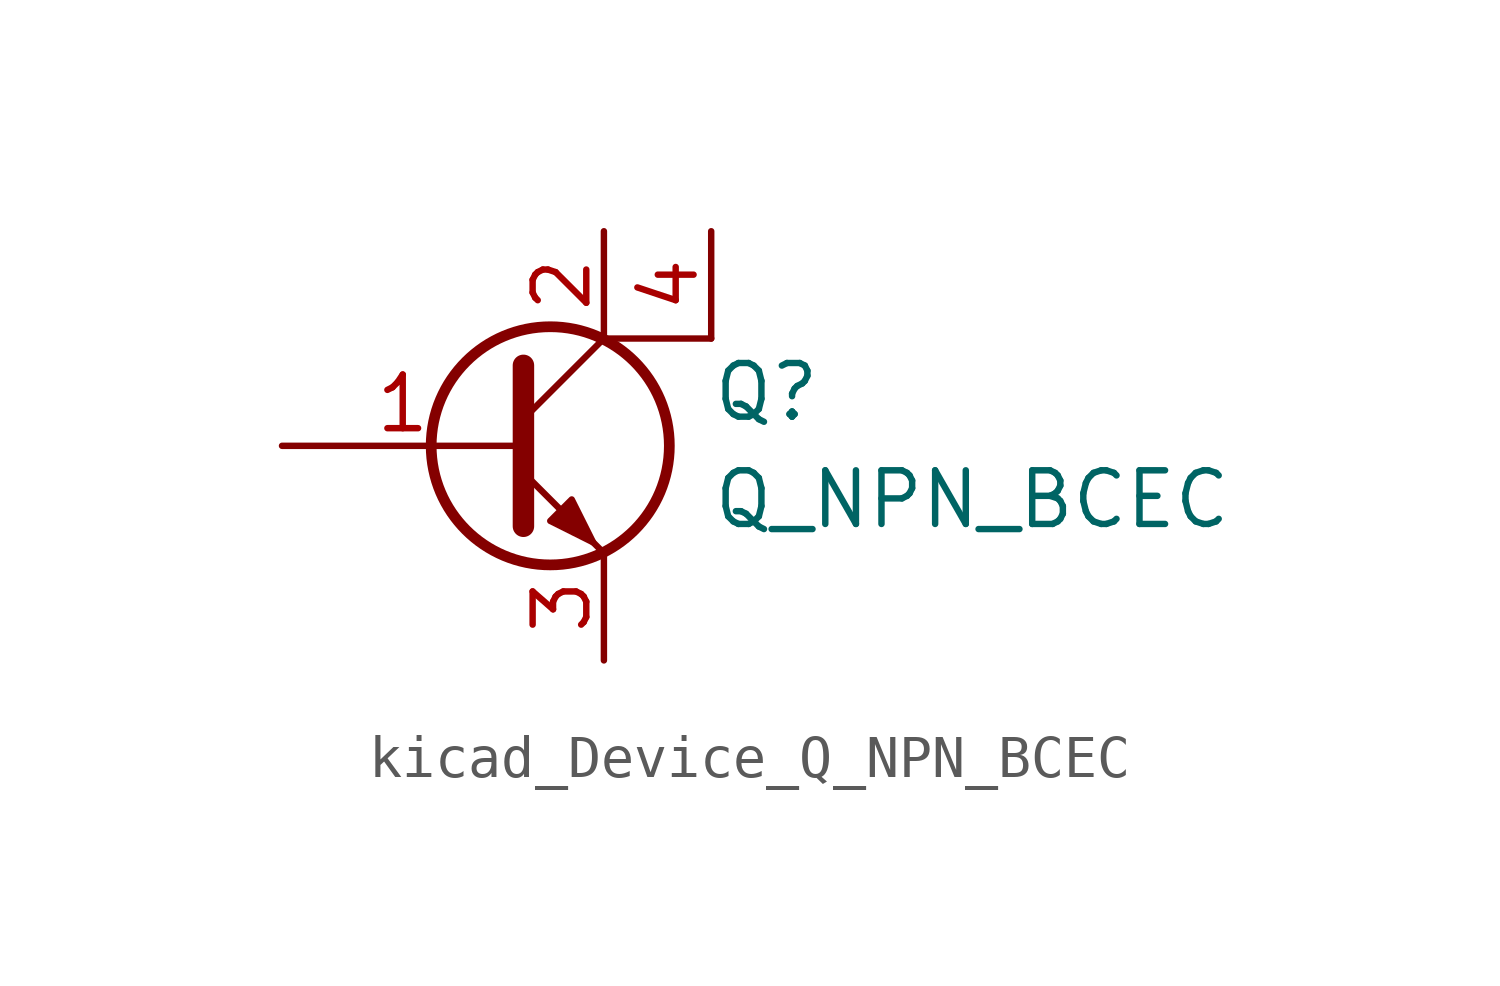
<source format=kicad_sym>
(kicad_symbol_lib
  (version 20220914)
  (generator kicad_symbol_editor)
  (symbol "kicad_Device_Q_NPN_BCEC"
    (pin_names
      (offset 0) hide)
    (property "Reference" "Q"
      (at 5.08 1.27 0)
      (effects (font (size 1.27 1.27)) (justify left)))
    (property "Value" "Q_NPN_BCEC"
      (at 5.08 -1.27 0)
      (effects (font (size 1.27 1.27)) (justify left)))
    (symbol "kicad_Device_Q_NPN_BCEC_0_1"
      (polyline (pts (xy 0.635 0.635) (xy 2.54 2.54)) (stroke (width 0) (type default)) (fill (type none)))
      (polyline (pts (xy 2.54 2.54) (xy 5.08 2.54)) (stroke (width 0) (type default)) (fill (type none)))
      (polyline (pts (xy 0.635 -0.635) (xy 2.54 -2.54) (xy 2.54 -2.54)) (stroke (width 0) (type default)) (fill (type none)))
      (polyline (pts (xy 0.635 1.905) (xy 0.635 -1.905) (xy 0.635 -1.905)) (stroke (width 0.508) (type default)) (fill (type none)))
      (polyline (pts (xy 1.27 -1.778) (xy 1.778 -1.27) (xy 2.286 -2.286) (xy 1.27 -1.778) (xy 1.27 -1.778)) (stroke (width 0) (type default)) (fill (type outline)))
      (circle (center 1.27 0) (radius 2.819) (stroke (width 0.254) (type default)) (fill (type none))))
    (symbol "kicad_Device_Q_NPN_BCEC_1_1"
      (pin input line (at -5.08 0 0) (length 5.715) (name "B" (effects (font (size 1.27 1.27)))) (number "1" (effects (font (size 1.27 1.27)))))
      (pin passive line (at 2.54 5.08 270) (length 2.54) (name "C" (effects (font (size 1.27 1.27)))) (number "2" (effects (font (size 1.27 1.27)))))
      (pin passive line (at 2.54 -5.08 90) (length 2.54) (name "E" (effects (font (size 1.27 1.27)))) (number "3" (effects (font (size 1.27 1.27)))))
      (pin passive line (at 5.08 5.08 270) (length 2.54) (name "C" (effects (font (size 1.27 1.27)))) (number "4" (effects (font (size 1.27 1.27))))))))
</source>
